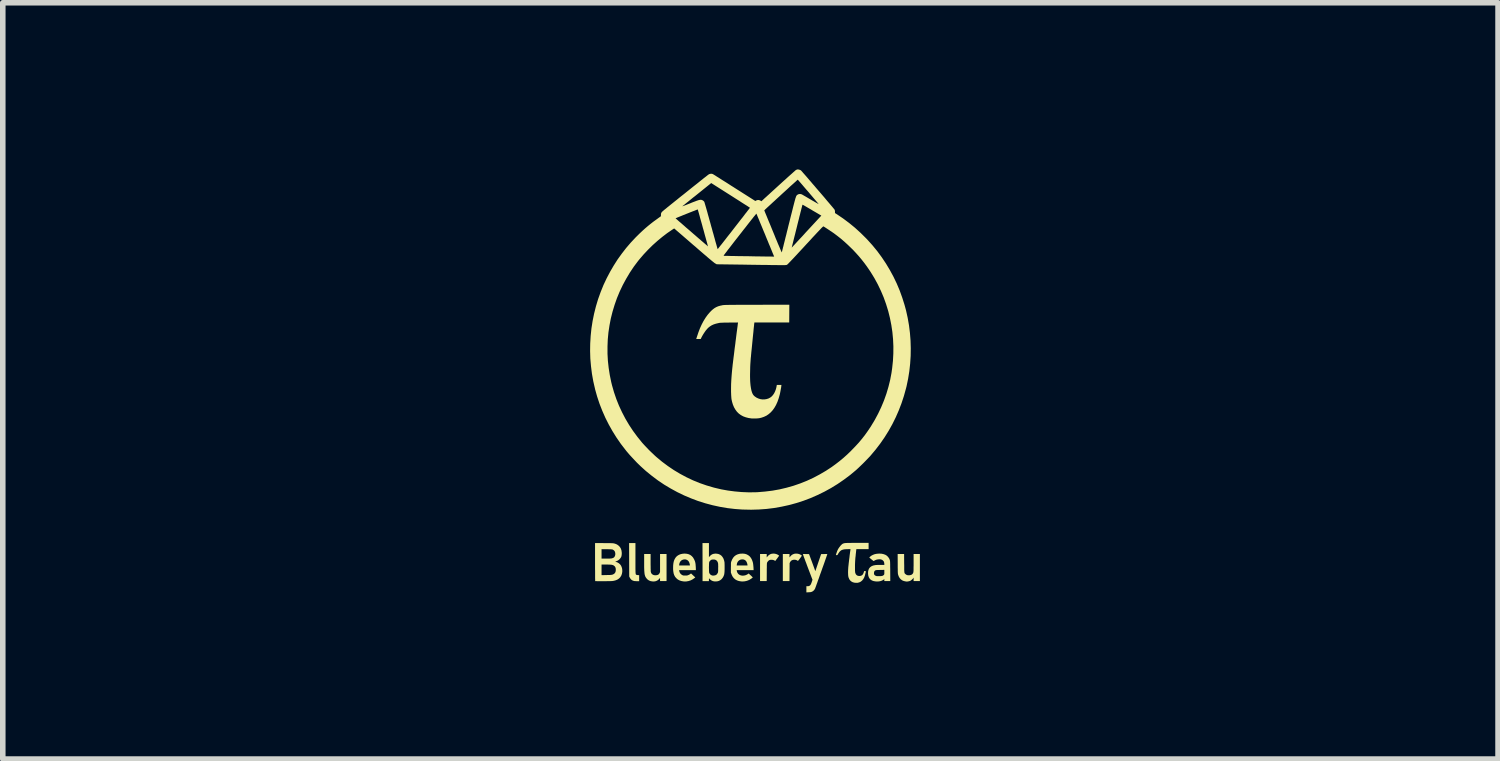
<source format=kicad_pcb>
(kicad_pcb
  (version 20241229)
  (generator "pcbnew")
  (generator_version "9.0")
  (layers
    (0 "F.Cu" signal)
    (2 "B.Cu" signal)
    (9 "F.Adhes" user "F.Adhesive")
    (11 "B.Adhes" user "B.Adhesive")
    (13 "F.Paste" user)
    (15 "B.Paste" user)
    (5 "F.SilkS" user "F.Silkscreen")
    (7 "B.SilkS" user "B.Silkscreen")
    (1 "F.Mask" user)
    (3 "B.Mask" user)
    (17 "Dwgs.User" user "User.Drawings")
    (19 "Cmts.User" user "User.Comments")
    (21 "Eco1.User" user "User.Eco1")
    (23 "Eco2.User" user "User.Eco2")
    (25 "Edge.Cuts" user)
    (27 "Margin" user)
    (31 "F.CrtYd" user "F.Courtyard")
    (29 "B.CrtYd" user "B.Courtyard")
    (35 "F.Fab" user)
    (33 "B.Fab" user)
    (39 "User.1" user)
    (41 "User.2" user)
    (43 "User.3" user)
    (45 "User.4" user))
  (footprint "blueberrytau_logo"
    (layer "F.Cu")
    (at 10.458 4.182)
    (property "Reference" "blueberrytau_logo" (at 0 0 0) (layer "User.1") (effects (font (size 1.524 1.524) (thickness 0.3))))
    (attr board_only exclude_from_pos_files exclude_from_bom)
    (fp_poly (pts (xy -2.07 2.817) (xy -2.07 2.868) (xy -2.07 2.912) (xy -2.07 2.951) (xy -2.07 2.985) (xy -2.07 3.013) (xy -2.069 3.037) (xy -2.069 3.057) (xy -2.068 3.073) (xy -2.067 3.085) (xy -2.066 3.095) (xy -2.064 3.102) (xy -2.063 3.107) (xy -2.06 3.111) (xy -2.058 3.113) (xy -2.055 3.114) (xy -2.051 3.115) (xy -2.048 3.116) (xy -2.036 3.119) (xy -2.023 3.12) (xy -2.019 3.12) (xy -2.003 3.12) (xy -2.003 3.23) (xy -2.039 3.23) (xy -2.056 3.229) (xy -2.072 3.228) (xy -2.085 3.227) (xy -2.091 3.227) (xy -2.117 3.219) (xy -2.14 3.206) (xy -2.158 3.187) (xy -2.173 3.163) (xy -2.174 3.161) (xy -2.182 3.145) (xy -2.183 2.844) (xy -2.184 2.543) (xy -2.07 2.543)) (stroke (width 0) (type solid)) (fill yes) (layer "F.SilkS"))
    (fp_poly (pts (xy 0.845 2.734) (xy 0.873 2.74) (xy 0.899 2.751) (xy 0.916 2.762) (xy 0.927 2.77) (xy 0.914 2.788) (xy 0.898 2.811) (xy 0.885 2.828) (xy 0.875 2.842) (xy 0.867 2.852) (xy 0.861 2.858) (xy 0.857 2.862) (xy 0.855 2.864) (xy 0.853 2.864) (xy 0.851 2.862) (xy 0.85 2.862) (xy 0.836 2.853) (xy 0.818 2.846) (xy 0.798 2.844) (xy 0.793 2.843) (xy 0.768 2.845) (xy 0.748 2.852) (xy 0.731 2.863) (xy 0.719 2.878) (xy 0.714 2.886) (xy 0.705 2.905) (xy 0.703 3.227) (xy 0.583 3.227) (xy 0.583 2.74) (xy 0.703 2.74) (xy 0.703 2.801) (xy 0.716 2.786) (xy 0.732 2.768) (xy 0.748 2.755) (xy 0.766 2.745) (xy 0.79 2.736) (xy 0.817 2.733)) (stroke (width 0) (type solid)) (fill yes) (layer "F.SilkS"))
    (fp_poly (pts (xy 0.437 2.734) (xy 0.465 2.741) (xy 0.491 2.752) (xy 0.506 2.762) (xy 0.517 2.77) (xy 0.509 2.781) (xy 0.505 2.788) (xy 0.497 2.798) (xy 0.487 2.812) (xy 0.477 2.826) (xy 0.474 2.829) (xy 0.463 2.844) (xy 0.455 2.855) (xy 0.45 2.861) (xy 0.446 2.864) (xy 0.443 2.864) (xy 0.441 2.862) (xy 0.426 2.853) (xy 0.408 2.847) (xy 0.387 2.844) (xy 0.365 2.844) (xy 0.349 2.847) (xy 0.335 2.853) (xy 0.321 2.865) (xy 0.309 2.879) (xy 0.302 2.89) (xy 0.3 2.894) (xy 0.299 2.898) (xy 0.298 2.902) (xy 0.297 2.909) (xy 0.296 2.917) (xy 0.296 2.928) (xy 0.295 2.942) (xy 0.295 2.96) (xy 0.295 2.983) (xy 0.294 3.011) (xy 0.294 3.044) (xy 0.294 3.066) (xy 0.293 3.227) (xy 0.173 3.227) (xy 0.173 2.74) (xy 0.293 2.74) (xy 0.293 2.802) (xy 0.304 2.788) (xy 0.322 2.768) (xy 0.341 2.754) (xy 0.355 2.745) (xy 0.381 2.736) (xy 0.408 2.733)) (stroke (width 0) (type solid)) (fill yes) (layer "F.SilkS"))
    (fp_poly (pts (xy -1.797 2.893) (xy -1.797 2.933) (xy -1.796 2.968) (xy -1.796 2.999) (xy -1.795 3.024) (xy -1.795 3.043) (xy -1.794 3.057) (xy -1.793 3.063) (xy -1.786 3.084) (xy -1.773 3.101) (xy -1.756 3.113) (xy -1.735 3.121) (xy -1.711 3.123) (xy -1.686 3.121) (xy -1.666 3.115) (xy -1.65 3.105) (xy -1.638 3.089) (xy -1.635 3.082) (xy -1.627 3.065) (xy -1.627 2.902) (xy -1.627 2.74) (xy -1.51 2.74) (xy -1.51 3.227) (xy -1.627 3.227) (xy -1.627 3.169) (xy -1.64 3.186) (xy -1.66 3.206) (xy -1.684 3.221) (xy -1.711 3.231) (xy -1.741 3.235) (xy -1.77 3.233) (xy -1.802 3.227) (xy -1.829 3.215) (xy -1.853 3.198) (xy -1.873 3.176) (xy -1.881 3.165) (xy -1.887 3.155) (xy -1.893 3.144) (xy -1.897 3.132) (xy -1.901 3.119) (xy -1.905 3.103) (xy -1.907 3.086) (xy -1.909 3.065) (xy -1.911 3.04) (xy -1.912 3.011) (xy -1.913 2.978) (xy -1.913 2.939) (xy -1.913 2.894) (xy -1.913 2.882) (xy -1.913 2.74) (xy -1.797 2.74)) (stroke (width 0) (type solid)) (fill yes) (layer "F.SilkS"))
    (fp_poly (pts (xy 0.985 2.741) (xy 0.999 2.741) (xy 1.055 2.742) (xy 1.112 2.895) (xy 1.168 3.049) (xy 1.272 2.742) (xy 1.328 2.741) (xy 1.349 2.74) (xy 1.363 2.74) (xy 1.373 2.741) (xy 1.379 2.741) (xy 1.382 2.743) (xy 1.383 2.744) (xy 1.383 2.746) (xy 1.381 2.752) (xy 1.377 2.763) (xy 1.371 2.78) (xy 1.364 2.801) (xy 1.355 2.826) (xy 1.345 2.855) (xy 1.334 2.887) (xy 1.322 2.921) (xy 1.309 2.957) (xy 1.295 2.995) (xy 1.282 3.033) (xy 1.268 3.072) (xy 1.254 3.11) (xy 1.241 3.148) (xy 1.228 3.185) (xy 1.215 3.219) (xy 1.204 3.252) (xy 1.193 3.281) (xy 1.184 3.307) (xy 1.176 3.329) (xy 1.169 3.347) (xy 1.165 3.359) (xy 1.162 3.366) (xy 1.161 3.367) (xy 1.148 3.388) (xy 1.13 3.405) (xy 1.11 3.418) (xy 1.104 3.42) (xy 1.092 3.424) (xy 1.078 3.427) (xy 1.061 3.428) (xy 1.046 3.429) (xy 1.007 3.431) (xy 1.007 3.32) (xy 1.024 3.32) (xy 1.043 3.319) (xy 1.057 3.315) (xy 1.07 3.308) (xy 1.08 3.297) (xy 1.089 3.282) (xy 1.098 3.26) (xy 1.103 3.246) (xy 1.117 3.204) (xy 1.031 2.978) (xy 1.017 2.941) (xy 1.004 2.905) (xy 0.991 2.872) (xy 0.98 2.842) (xy 0.97 2.815) (xy 0.961 2.791) (xy 0.954 2.772) (xy 0.949 2.758) (xy 0.945 2.749) (xy 0.944 2.746) (xy 0.944 2.744) (xy 0.945 2.742) (xy 0.949 2.741) (xy 0.957 2.741) (xy 0.968 2.74)) (stroke (width 0) (type solid)) (fill yes) (layer "F.SilkS"))
    (fp_poly (pts (xy 2.767 2.906) (xy 2.768 2.945) (xy 2.768 2.977) (xy 2.768 3.004) (xy 2.768 3.026) (xy 2.769 3.044) (xy 2.77 3.058) (xy 2.771 3.07) (xy 2.773 3.078) (xy 2.775 3.085) (xy 2.778 3.09) (xy 2.782 3.094) (xy 2.786 3.098) (xy 2.791 3.103) (xy 2.793 3.104) (xy 2.807 3.114) (xy 2.824 3.121) (xy 2.844 3.123) (xy 2.86 3.123) (xy 2.879 3.12) (xy 2.894 3.116) (xy 2.907 3.108) (xy 2.916 3.1) (xy 2.92 3.095) (xy 2.924 3.09) (xy 2.927 3.085) (xy 2.93 3.078) (xy 2.932 3.07) (xy 2.934 3.059) (xy 2.935 3.045) (xy 2.936 3.027) (xy 2.936 3.006) (xy 2.936 2.98) (xy 2.937 2.948) (xy 2.937 2.911) (xy 2.937 2.898) (xy 2.937 2.74) (xy 3.05 2.74) (xy 3.05 3.227) (xy 2.937 3.227) (xy 2.937 3.196) (xy 2.937 3.165) (xy 2.93 3.175) (xy 2.921 3.187) (xy 2.908 3.2) (xy 2.894 3.212) (xy 2.88 3.221) (xy 2.875 3.224) (xy 2.866 3.227) (xy 2.854 3.23) (xy 2.84 3.233) (xy 2.827 3.235) (xy 2.818 3.236) (xy 2.813 3.236) (xy 2.809 3.236) (xy 2.801 3.235) (xy 2.79 3.233) (xy 2.759 3.226) (xy 2.731 3.214) (xy 2.707 3.196) (xy 2.686 3.173) (xy 2.67 3.145) (xy 2.659 3.115) (xy 2.658 3.109) (xy 2.656 3.103) (xy 2.655 3.096) (xy 2.654 3.089) (xy 2.653 3.079) (xy 2.653 3.068) (xy 2.652 3.053) (xy 2.652 3.035) (xy 2.652 3.013) (xy 2.651 2.985) (xy 2.651 2.953) (xy 2.651 2.914) (xy 2.65 2.74) (xy 2.766 2.74)) (stroke (width 0) (type solid)) (fill yes) (layer "F.SilkS"))
    (fp_poly (pts (xy -1.145 2.736) (xy -1.112 2.744) (xy -1.082 2.758) (xy -1.057 2.777) (xy -1.034 2.802) (xy -1.016 2.833) (xy -1.015 2.834) (xy -1.005 2.856) (xy -0.997 2.877) (xy -0.992 2.898) (xy -0.988 2.921) (xy -0.986 2.947) (xy -0.984 2.974) (xy -0.982 3.03) (xy -1.284 3.03) (xy -1.282 3.044) (xy -1.275 3.069) (xy -1.262 3.091) (xy -1.244 3.109) (xy -1.224 3.121) (xy -1.215 3.125) (xy -1.206 3.127) (xy -1.194 3.128) (xy -1.179 3.128) (xy -1.173 3.128) (xy -1.156 3.128) (xy -1.144 3.127) (xy -1.133 3.125) (xy -1.123 3.121) (xy -1.117 3.119) (xy -1.104 3.113) (xy -1.091 3.106) (xy -1.083 3.1) (xy -1.069 3.09) (xy -1.031 3.126) (xy -0.993 3.161) (xy -1.002 3.169) (xy -1.037 3.194) (xy -1.074 3.214) (xy -1.114 3.227) (xy -1.155 3.234) (xy -1.197 3.234) (xy -1.208 3.233) (xy -1.246 3.226) (xy -1.28 3.214) (xy -1.31 3.197) (xy -1.335 3.175) (xy -1.357 3.149) (xy -1.373 3.118) (xy -1.384 3.084) (xy -1.384 3.08) (xy -1.389 3.05) (xy -1.392 3.017) (xy -1.392 2.983) (xy -1.391 2.949) (xy -1.391 2.947) (xy -1.284 2.947) (xy -1.089 2.947) (xy -1.091 2.93) (xy -1.098 2.902) (xy -1.108 2.879) (xy -1.123 2.86) (xy -1.141 2.847) (xy -1.162 2.839) (xy -1.182 2.837) (xy -1.208 2.84) (xy -1.231 2.848) (xy -1.251 2.862) (xy -1.266 2.881) (xy -1.277 2.904) (xy -1.282 2.928) (xy -1.284 2.947) (xy -1.391 2.947) (xy -1.388 2.916) (xy -1.383 2.887) (xy -1.377 2.864) (xy -1.364 2.832) (xy -1.348 2.806) (xy -1.329 2.784) (xy -1.306 2.766) (xy -1.28 2.752) (xy -1.253 2.742) (xy -1.224 2.736) (xy -1.192 2.733) (xy -1.182 2.733)) (stroke (width 0) (type solid)) (fill yes) (layer "F.SilkS"))
    (fp_poly (pts (xy -0.099 2.737) (xy -0.067 2.747) (xy -0.038 2.763) (xy -0.012 2.784) (xy 0.009 2.811) (xy 0.027 2.844) (xy 0.039 2.877) (xy 0.045 2.898) (xy 0.049 2.922) (xy 0.052 2.951) (xy 0.055 2.985) (xy 0.055 2.989) (xy 0.057 3.03) (xy -0.248 3.03) (xy -0.245 3.044) (xy -0.243 3.055) (xy -0.238 3.069) (xy -0.236 3.074) (xy -0.224 3.093) (xy -0.208 3.108) (xy -0.188 3.12) (xy -0.165 3.127) (xy -0.14 3.13) (xy -0.114 3.128) (xy -0.088 3.122) (xy -0.063 3.111) (xy -0.051 3.104) (xy -0.032 3.091) (xy 0.004 3.124) (xy 0.017 3.136) (xy 0.028 3.147) (xy 0.036 3.155) (xy 0.041 3.159) (xy 0.042 3.16) (xy 0.04 3.163) (xy 0.034 3.169) (xy 0.024 3.177) (xy 0.012 3.186) (xy -0.001 3.194) (xy -0.014 3.202) (xy -0.025 3.208) (xy -0.064 3.223) (xy -0.104 3.232) (xy -0.146 3.235) (xy -0.171 3.233) (xy -0.21 3.226) (xy -0.244 3.214) (xy -0.274 3.197) (xy -0.299 3.175) (xy -0.32 3.148) (xy -0.337 3.115) (xy -0.341 3.103) (xy -0.352 3.075) (xy -0.352 2.985) (xy -0.351 2.958) (xy -0.351 2.947) (xy -0.248 2.947) (xy -0.053 2.947) (xy -0.053 2.939) (xy -0.055 2.926) (xy -0.059 2.909) (xy -0.065 2.893) (xy -0.071 2.879) (xy -0.071 2.879) (xy -0.085 2.86) (xy -0.102 2.847) (xy -0.123 2.839) (xy -0.148 2.837) (xy -0.173 2.84) (xy -0.195 2.849) (xy -0.214 2.863) (xy -0.229 2.881) (xy -0.24 2.904) (xy -0.245 2.929) (xy -0.248 2.947) (xy -0.351 2.947) (xy -0.351 2.937) (xy -0.351 2.921) (xy -0.351 2.908) (xy -0.35 2.898) (xy -0.349 2.89) (xy -0.347 2.883) (xy -0.345 2.876) (xy -0.342 2.868) (xy -0.327 2.833) (xy -0.308 2.803) (xy -0.285 2.778) (xy -0.258 2.759) (xy -0.227 2.745) (xy -0.192 2.736) (xy -0.174 2.734) (xy -0.135 2.733)) (stroke (width 0) (type solid)) (fill yes) (layer "F.SilkS"))
    (fp_poly (pts (xy -0.747 2.798) (xy -0.736 2.784) (xy -0.714 2.762) (xy -0.69 2.746) (xy -0.663 2.737) (xy -0.632 2.733) (xy -0.608 2.734) (xy -0.576 2.74) (xy -0.548 2.752) (xy -0.524 2.769) (xy -0.504 2.792) (xy -0.487 2.82) (xy -0.475 2.853) (xy -0.471 2.87) (xy -0.469 2.879) (xy -0.467 2.89) (xy -0.466 2.903) (xy -0.466 2.919) (xy -0.465 2.94) (xy -0.465 2.966) (xy -0.465 2.983) (xy -0.465 3.016) (xy -0.466 3.043) (xy -0.467 3.065) (xy -0.469 3.084) (xy -0.471 3.1) (xy -0.474 3.114) (xy -0.479 3.127) (xy -0.484 3.141) (xy -0.485 3.142) (xy -0.5 3.169) (xy -0.52 3.193) (xy -0.543 3.211) (xy -0.568 3.224) (xy -0.571 3.225) (xy -0.588 3.23) (xy -0.609 3.233) (xy -0.632 3.234) (xy -0.653 3.233) (xy -0.653 3.233) (xy -0.679 3.227) (xy -0.704 3.215) (xy -0.725 3.199) (xy -0.731 3.193) (xy -0.746 3.176) (xy -0.748 3.228) (xy -0.862 3.228) (xy -0.862 2.97) (xy -0.747 2.97) (xy -0.747 2.993) (xy -0.746 3.016) (xy -0.746 3.037) (xy -0.745 3.054) (xy -0.744 3.068) (xy -0.743 3.076) (xy -0.743 3.077) (xy -0.734 3.095) (xy -0.72 3.111) (xy -0.702 3.122) (xy -0.688 3.127) (xy -0.675 3.129) (xy -0.658 3.128) (xy -0.641 3.125) (xy -0.627 3.121) (xy -0.625 3.12) (xy -0.611 3.112) (xy -0.599 3.098) (xy -0.588 3.08) (xy -0.586 3.075) (xy -0.584 3.07) (xy -0.583 3.062) (xy -0.582 3.051) (xy -0.581 3.036) (xy -0.581 3.016) (xy -0.581 2.996) (xy -0.58 2.966) (xy -0.581 2.943) (xy -0.581 2.923) (xy -0.583 2.908) (xy -0.586 2.896) (xy -0.59 2.885) (xy -0.595 2.876) (xy -0.598 2.871) (xy -0.611 2.856) (xy -0.627 2.846) (xy -0.647 2.84) (xy -0.666 2.839) (xy -0.685 2.84) (xy -0.699 2.843) (xy -0.704 2.844) (xy -0.717 2.853) (xy -0.729 2.865) (xy -0.739 2.878) (xy -0.743 2.889) (xy -0.744 2.897) (xy -0.745 2.91) (xy -0.746 2.928) (xy -0.746 2.948) (xy -0.747 2.97) (xy -0.862 2.97) (xy -0.863 2.543) (xy -0.747 2.543)) (stroke (width 0) (type solid)) (fill yes) (layer "F.SilkS"))
    (fp_poly (pts (xy 2.362 2.735) (xy 2.398 2.743) (xy 2.43 2.755) (xy 2.457 2.772) (xy 2.479 2.795) (xy 2.497 2.821) (xy 2.509 2.849) (xy 2.51 2.853) (xy 2.511 2.858) (xy 2.512 2.865) (xy 2.513 2.875) (xy 2.514 2.886) (xy 2.514 2.902) (xy 2.515 2.921) (xy 2.515 2.944) (xy 2.515 2.973) (xy 2.516 3.007) (xy 2.516 3.046) (xy 2.517 3.227) (xy 2.41 3.227) (xy 2.41 3.19) (xy 2.402 3.198) (xy 2.383 3.211) (xy 2.359 3.222) (xy 2.332 3.23) (xy 2.302 3.234) (xy 2.271 3.235) (xy 2.249 3.233) (xy 2.215 3.227) (xy 2.186 3.216) (xy 2.163 3.201) (xy 2.144 3.181) (xy 2.13 3.157) (xy 2.121 3.128) (xy 2.117 3.095) (xy 2.117 3.082) (xy 2.117 3.079) (xy 2.224 3.079) (xy 2.224 3.097) (xy 2.229 3.112) (xy 2.239 3.123) (xy 2.254 3.132) (xy 2.263 3.135) (xy 2.273 3.138) (xy 2.288 3.139) (xy 2.307 3.139) (xy 2.326 3.139) (xy 2.345 3.138) (xy 2.362 3.136) (xy 2.375 3.133) (xy 2.379 3.132) (xy 2.39 3.126) (xy 2.4 3.118) (xy 2.402 3.116) (xy 2.405 3.111) (xy 2.408 3.107) (xy 2.409 3.1) (xy 2.41 3.091) (xy 2.41 3.077) (xy 2.41 3.066) (xy 2.41 3.026) (xy 2.336 3.027) (xy 2.311 3.028) (xy 2.291 3.028) (xy 2.277 3.029) (xy 2.266 3.03) (xy 2.259 3.031) (xy 2.253 3.033) (xy 2.25 3.034) (xy 2.237 3.043) (xy 2.229 3.055) (xy 2.225 3.071) (xy 2.224 3.079) (xy 2.117 3.079) (xy 2.119 3.049) (xy 2.127 3.02) (xy 2.139 2.996) (xy 2.157 2.976) (xy 2.18 2.96) (xy 2.208 2.948) (xy 2.242 2.941) (xy 2.245 2.94) (xy 2.256 2.939) (xy 2.271 2.938) (xy 2.291 2.937) (xy 2.313 2.937) (xy 2.336 2.937) (xy 2.339 2.937) (xy 2.41 2.937) (xy 2.41 2.919) (xy 2.407 2.895) (xy 2.4 2.874) (xy 2.387 2.858) (xy 2.369 2.845) (xy 2.367 2.844) (xy 2.346 2.837) (xy 2.322 2.835) (xy 2.296 2.837) (xy 2.269 2.842) (xy 2.244 2.852) (xy 2.232 2.859) (xy 2.223 2.863) (xy 2.217 2.866) (xy 2.216 2.867) (xy 2.213 2.865) (xy 2.206 2.859) (xy 2.196 2.851) (xy 2.185 2.842) (xy 2.172 2.832) (xy 2.16 2.822) (xy 2.15 2.813) (xy 2.142 2.806) (xy 2.14 2.805) (xy 2.141 2.801) (xy 2.146 2.795) (xy 2.155 2.788) (xy 2.165 2.779) (xy 2.175 2.772) (xy 2.176 2.771) (xy 2.206 2.755) (xy 2.238 2.743) (xy 2.274 2.736) (xy 2.315 2.733) (xy 2.322 2.733)) (stroke (width 0) (type solid)) (fill yes) (layer "F.SilkS"))
    (fp_poly (pts (xy 2.127 2.653) (xy 1.907 2.653) (xy 1.905 2.664) (xy 1.904 2.67) (xy 1.903 2.682) (xy 1.901 2.698) (xy 1.899 2.719) (xy 1.896 2.742) (xy 1.894 2.767) (xy 1.893 2.777) (xy 1.889 2.809) (xy 1.887 2.837) (xy 1.885 2.862) (xy 1.884 2.885) (xy 1.883 2.908) (xy 1.882 2.933) (xy 1.882 2.961) (xy 1.882 2.97) (xy 1.882 2.998) (xy 1.882 3.02) (xy 1.882 3.037) (xy 1.883 3.051) (xy 1.884 3.061) (xy 1.885 3.07) (xy 1.886 3.077) (xy 1.888 3.083) (xy 1.897 3.104) (xy 1.91 3.119) (xy 1.927 3.13) (xy 1.949 3.135) (xy 1.953 3.136) (xy 1.977 3.135) (xy 1.997 3.129) (xy 2.015 3.117) (xy 2.028 3.099) (xy 2.038 3.076) (xy 2.041 3.066) (xy 2.046 3.048) (xy 2.061 3.047) (xy 2.069 3.047) (xy 2.073 3.048) (xy 2.076 3.05) (xy 2.076 3.056) (xy 2.075 3.067) (xy 2.072 3.082) (xy 2.071 3.083) (xy 2.061 3.125) (xy 2.048 3.162) (xy 2.031 3.192) (xy 2.011 3.217) (xy 1.987 3.237) (xy 1.961 3.25) (xy 1.931 3.258) (xy 1.899 3.259) (xy 1.87 3.256) (xy 1.841 3.248) (xy 1.817 3.235) (xy 1.796 3.217) (xy 1.779 3.193) (xy 1.767 3.164) (xy 1.766 3.162) (xy 1.762 3.146) (xy 1.759 3.123) (xy 1.758 3.097) (xy 1.757 3.067) (xy 1.758 3.034) (xy 1.76 3.001) (xy 1.76 2.998) (xy 1.761 2.983) (xy 1.763 2.962) (xy 1.766 2.936) (xy 1.769 2.906) (xy 1.773 2.874) (xy 1.777 2.838) (xy 1.782 2.802) (xy 1.786 2.764) (xy 1.791 2.727) (xy 1.796 2.691) (xy 1.799 2.671) (xy 1.801 2.653) (xy 1.753 2.653) (xy 1.724 2.654) (xy 1.7 2.655) (xy 1.68 2.658) (xy 1.663 2.662) (xy 1.648 2.667) (xy 1.641 2.67) (xy 1.621 2.683) (xy 1.603 2.701) (xy 1.586 2.725) (xy 1.578 2.737) (xy 1.572 2.749) (xy 1.567 2.756) (xy 1.563 2.759) (xy 1.558 2.76) (xy 1.554 2.76) (xy 1.545 2.76) (xy 1.54 2.758) (xy 1.539 2.758) (xy 1.539 2.754) (xy 1.542 2.746) (xy 1.545 2.733) (xy 1.55 2.719) (xy 1.556 2.703) (xy 1.561 2.688) (xy 1.567 2.675) (xy 1.568 2.672) (xy 1.579 2.65) (xy 1.593 2.628) (xy 1.609 2.607) (xy 1.625 2.587) (xy 1.641 2.571) (xy 1.655 2.559) (xy 1.661 2.556) (xy 1.668 2.553) (xy 1.674 2.55) (xy 1.681 2.548) (xy 1.689 2.546) (xy 1.699 2.544) (xy 1.711 2.543) (xy 1.726 2.542) (xy 1.744 2.541) (xy 1.766 2.541) (xy 1.793 2.541) (xy 1.824 2.54) (xy 1.86 2.54) (xy 1.902 2.54) (xy 1.923 2.54) (xy 2.127 2.54)) (stroke (width 0) (type solid)) (fill yes) (layer "F.SilkS"))
    (fp_poly (pts (xy -2.632 2.544) (xy -2.595 2.544) (xy -2.564 2.545) (xy -2.538 2.545) (xy -2.516 2.545) (xy -2.499 2.546) (xy -2.486 2.546) (xy -2.475 2.547) (xy -2.466 2.548) (xy -2.459 2.549) (xy -2.453 2.55) (xy -2.448 2.552) (xy -2.444 2.553) (xy -2.419 2.561) (xy -2.399 2.571) (xy -2.381 2.584) (xy -2.367 2.595) (xy -2.347 2.618) (xy -2.332 2.644) (xy -2.322 2.674) (xy -2.317 2.709) (xy -2.316 2.729) (xy -2.318 2.757) (xy -2.322 2.781) (xy -2.331 2.801) (xy -2.344 2.82) (xy -2.355 2.833) (xy -2.376 2.851) (xy -2.403 2.866) (xy -2.422 2.873) (xy -2.435 2.878) (xy -2.42 2.882) (xy -2.393 2.892) (xy -2.368 2.907) (xy -2.346 2.927) (xy -2.329 2.95) (xy -2.324 2.961) (xy -2.312 2.993) (xy -2.307 3.027) (xy -2.307 3.061) (xy -2.313 3.094) (xy -2.323 3.125) (xy -2.34 3.153) (xy -2.342 3.157) (xy -2.363 3.179) (xy -2.39 3.198) (xy -2.421 3.212) (xy -2.457 3.222) (xy -2.49 3.227) (xy -2.501 3.227) (xy -2.517 3.228) (xy -2.537 3.228) (xy -2.56 3.229) (xy -2.586 3.229) (xy -2.613 3.23) (xy -2.641 3.23) (xy -2.669 3.23) (xy -2.696 3.23) (xy -2.721 3.23) (xy -2.744 3.23) (xy -2.763 3.229) (xy -2.779 3.229) (xy -2.789 3.229) (xy -2.794 3.228) (xy -2.794 3.228) (xy -2.795 3.224) (xy -2.795 3.214) (xy -2.795 3.199) (xy -2.796 3.178) (xy -2.796 3.152) (xy -2.796 3.122) (xy -2.796 3.088) (xy -2.796 3.05) (xy -2.797 3.009) (xy -2.797 2.965) (xy -2.797 2.93) (xy -2.68 2.93) (xy -2.68 3.121) (xy -2.591 3.119) (xy -2.561 3.118) (xy -2.538 3.118) (xy -2.52 3.117) (xy -2.506 3.116) (xy -2.495 3.114) (xy -2.487 3.113) (xy -2.485 3.112) (xy -2.462 3.102) (xy -2.445 3.089) (xy -2.433 3.072) (xy -2.426 3.051) (xy -2.424 3.032) (xy -2.424 3.009) (xy -2.428 2.989) (xy -2.435 2.973) (xy -2.442 2.963) (xy -2.451 2.955) (xy -2.46 2.948) (xy -2.47 2.942) (xy -2.482 2.938) (xy -2.497 2.934) (xy -2.516 2.932) (xy -2.54 2.931) (xy -2.568 2.93) (xy -2.601 2.93) (xy -2.68 2.93) (xy -2.797 2.93) (xy -2.797 2.92) (xy -2.797 2.884) (xy -2.797 2.653) (xy -2.68 2.653) (xy -2.68 2.823) (xy -2.596 2.823) (xy -2.567 2.823) (xy -2.544 2.823) (xy -2.526 2.822) (xy -2.512 2.821) (xy -2.501 2.82) (xy -2.492 2.818) (xy -2.492 2.818) (xy -2.469 2.81) (xy -2.452 2.797) (xy -2.441 2.78) (xy -2.434 2.758) (xy -2.432 2.739) (xy -2.435 2.714) (xy -2.442 2.693) (xy -2.455 2.676) (xy -2.474 2.663) (xy -2.478 2.661) (xy -2.483 2.659) (xy -2.489 2.658) (xy -2.496 2.657) (xy -2.507 2.656) (xy -2.521 2.655) (xy -2.539 2.655) (xy -2.562 2.654) (xy -2.586 2.654) (xy -2.68 2.653) (xy -2.797 2.653) (xy -2.797 2.543)) (stroke (width 0) (type solid)) (fill yes) (layer "F.SilkS"))
    (fp_poly (pts (xy 0.699 -1.588) (xy 0.698 -1.428) (xy 0.384 -1.427) (xy 0.071 -1.427) (xy 0.069 -1.411) (xy 0.068 -1.404) (xy 0.066 -1.391) (xy 0.065 -1.373) (xy 0.062 -1.349) (xy 0.059 -1.322) (xy 0.056 -1.291) (xy 0.053 -1.256) (xy 0.049 -1.219) (xy 0.045 -1.18) (xy 0.041 -1.14) (xy 0.037 -1.099) (xy 0.033 -1.058) (xy 0.029 -1.017) (xy 0.025 -0.977) (xy 0.021 -0.938) (xy 0.017 -0.902) (xy 0.014 -0.868) (xy 0.011 -0.838) (xy 0.009 -0.811) (xy 0.006 -0.789) (xy 0.005 -0.772) (xy 0.004 -0.761) (xy 0.004 -0.758) (xy 0.001 -0.719) (xy -0.002 -0.676) (xy -0.004 -0.63) (xy -0.005 -0.584) (xy -0.006 -0.538) (xy -0.007 -0.493) (xy -0.007 -0.45) (xy -0.006 -0.411) (xy -0.005 -0.376) (xy -0.003 -0.346) (xy -0.003 -0.345) (xy 0.002 -0.292) (xy 0.009 -0.246) (xy 0.017 -0.206) (xy 0.027 -0.172) (xy 0.038 -0.145) (xy 0.048 -0.128) (xy 0.056 -0.117) (xy 0.067 -0.106) (xy 0.078 -0.096) (xy 0.11 -0.074) (xy 0.145 -0.058) (xy 0.181 -0.047) (xy 0.219 -0.042) (xy 0.256 -0.043) (xy 0.293 -0.049) (xy 0.329 -0.061) (xy 0.361 -0.079) (xy 0.386 -0.099) (xy 0.408 -0.125) (xy 0.428 -0.155) (xy 0.445 -0.19) (xy 0.459 -0.228) (xy 0.469 -0.269) (xy 0.47 -0.278) (xy 0.475 -0.303) (xy 0.557 -0.303) (xy 0.557 -0.294) (xy 0.556 -0.285) (xy 0.554 -0.272) (xy 0.552 -0.254) (xy 0.548 -0.234) (xy 0.544 -0.212) (xy 0.54 -0.19) (xy 0.536 -0.169) (xy 0.532 -0.15) (xy 0.529 -0.134) (xy 0.528 -0.132) (xy 0.509 -0.064) (xy 0.487 -0.001) (xy 0.462 0.055) (xy 0.433 0.106) (xy 0.402 0.15) (xy 0.367 0.189) (xy 0.329 0.222) (xy 0.288 0.25) (xy 0.243 0.271) (xy 0.196 0.287) (xy 0.161 0.295) (xy 0.138 0.298) (xy 0.111 0.3) (xy 0.083 0.301) (xy 0.054 0.301) (xy 0.029 0.301) (xy 0.02 0.3) (xy -0.035 0.292) (xy -0.085 0.279) (xy -0.131 0.262) (xy -0.173 0.239) (xy -0.21 0.212) (xy -0.243 0.179) (xy -0.271 0.141) (xy -0.296 0.098) (xy -0.316 0.05) (xy -0.33 0.003) (xy -0.335 -0.019) (xy -0.34 -0.041) (xy -0.343 -0.064) (xy -0.345 -0.091) (xy -0.347 -0.121) (xy -0.348 -0.156) (xy -0.349 -0.176) (xy -0.349 -0.244) (xy -0.348 -0.318) (xy -0.344 -0.396) (xy -0.338 -0.48) (xy -0.33 -0.57) (xy -0.321 -0.653) (xy -0.32 -0.665) (xy -0.318 -0.682) (xy -0.315 -0.704) (xy -0.312 -0.731) (xy -0.308 -0.762) (xy -0.304 -0.797) (xy -0.299 -0.834) (xy -0.294 -0.874) (xy -0.289 -0.916) (xy -0.284 -0.959) (xy -0.278 -1.003) (xy -0.272 -1.048) (xy -0.267 -1.092) (xy -0.261 -1.136) (xy -0.256 -1.178) (xy -0.251 -1.218) (xy -0.246 -1.257) (xy -0.241 -1.292) (xy -0.237 -1.324) (xy -0.233 -1.352) (xy -0.23 -1.376) (xy -0.228 -1.395) (xy -0.226 -1.408) (xy -0.225 -1.416) (xy -0.225 -1.416) (xy -0.223 -1.427) (xy -0.379 -1.426) (xy -0.416 -1.425) (xy -0.447 -1.425) (xy -0.473 -1.425) (xy -0.494 -1.424) (xy -0.512 -1.423) (xy -0.527 -1.423) (xy -0.539 -1.422) (xy -0.549 -1.421) (xy -0.559 -1.42) (xy -0.568 -1.418) (xy -0.573 -1.417) (xy -0.62 -1.406) (xy -0.661 -1.393) (xy -0.698 -1.376) (xy -0.731 -1.355) (xy -0.762 -1.33) (xy -0.765 -1.327) (xy -0.782 -1.308) (xy -0.802 -1.285) (xy -0.822 -1.257) (xy -0.842 -1.227) (xy -0.861 -1.196) (xy -0.878 -1.165) (xy -0.884 -1.153) (xy -0.895 -1.13) (xy -0.976 -1.13) (xy -0.964 -1.167) (xy -0.937 -1.248) (xy -0.909 -1.322) (xy -0.878 -1.39) (xy -0.845 -1.453) (xy -0.81 -1.51) (xy -0.772 -1.563) (xy -0.731 -1.611) (xy -0.707 -1.636) (xy -0.677 -1.663) (xy -0.648 -1.685) (xy -0.617 -1.703) (xy -0.583 -1.718) (xy -0.545 -1.729) (xy -0.502 -1.738) (xy -0.5 -1.739) (xy -0.495 -1.74) (xy -0.49 -1.74) (xy -0.484 -1.741) (xy -0.476 -1.741) (xy -0.467 -1.742) (xy -0.456 -1.742) (xy -0.443 -1.743) (xy -0.427 -1.743) (xy -0.408 -1.743) (xy -0.386 -1.744) (xy -0.36 -1.744) (xy -0.331 -1.744) (xy -0.298 -1.744) (xy -0.26 -1.745) (xy -0.218 -1.745) (xy -0.17 -1.745) (xy -0.117 -1.745) (xy -0.059 -1.745) (xy 0.005 -1.745) (xy 0.075 -1.746) (xy 0.116 -1.746) (xy 0.7 -1.747)) (stroke (width 0) (type solid)) (fill yes) (layer "F.SilkS"))
    (fp_poly (pts (xy 0.878 -4.178) (xy 0.895 -4.172) (xy 0.909 -4.165) (xy 0.913 -4.161) (xy 0.92 -4.153) (xy 0.932 -4.14) (xy 0.946 -4.123) (xy 0.964 -4.103) (xy 0.985 -4.079) (xy 1.008 -4.053) (xy 1.033 -4.024) (xy 1.06 -3.992) (xy 1.089 -3.959) (xy 1.118 -3.924) (xy 1.149 -3.889) (xy 1.18 -3.852) (xy 1.212 -3.815) (xy 1.244 -3.778) (xy 1.275 -3.742) (xy 1.306 -3.706) (xy 1.336 -3.671) (xy 1.364 -3.637) (xy 1.391 -3.605) (xy 1.416 -3.576) (xy 1.439 -3.549) (xy 1.46 -3.524) (xy 1.478 -3.503) (xy 1.492 -3.485) (xy 1.504 -3.472) (xy 1.511 -3.462) (xy 1.515 -3.458) (xy 1.515 -3.457) (xy 1.519 -3.446) (xy 1.521 -3.431) (xy 1.522 -3.421) (xy 1.522 -3.397) (xy 1.561 -3.372) (xy 1.67 -3.298) (xy 1.777 -3.218) (xy 1.882 -3.132) (xy 1.983 -3.04) (xy 2.081 -2.943) (xy 2.105 -2.918) (xy 2.196 -2.817) (xy 2.283 -2.711) (xy 2.364 -2.601) (xy 2.44 -2.487) (xy 2.51 -2.37) (xy 2.575 -2.25) (xy 2.634 -2.127) (xy 2.687 -2.001) (xy 2.733 -1.873) (xy 2.774 -1.743) (xy 2.8 -1.648) (xy 2.83 -1.513) (xy 2.854 -1.376) (xy 2.871 -1.239) (xy 2.882 -1.101) (xy 2.886 -0.963) (xy 2.884 -0.825) (xy 2.875 -0.688) (xy 2.86 -0.551) (xy 2.838 -0.414) (xy 2.81 -0.279) (xy 2.8 -0.24) (xy 2.763 -0.106) (xy 2.72 0.025) (xy 2.671 0.153) (xy 2.616 0.279) (xy 2.555 0.402) (xy 2.488 0.522) (xy 2.415 0.639) (xy 2.336 0.753) (xy 2.251 0.864) (xy 2.171 0.959) (xy 2.154 0.979) (xy 2.132 1.002) (xy 2.107 1.028) (xy 2.08 1.056) (xy 2.052 1.085) (xy 2.023 1.114) (xy 1.994 1.142) (xy 1.966 1.169) (xy 1.941 1.193) (xy 1.918 1.214) (xy 1.903 1.228) (xy 1.795 1.318) (xy 1.684 1.401) (xy 1.569 1.48) (xy 1.452 1.552) (xy 1.332 1.618) (xy 1.209 1.678) (xy 1.084 1.733) (xy 0.957 1.781) (xy 0.827 1.823) (xy 0.695 1.859) (xy 0.562 1.888) (xy 0.427 1.912) (xy 0.29 1.929) (xy 0.152 1.939) (xy 0.013 1.943) (xy -0.127 1.94) (xy -0.142 1.94) (xy -0.278 1.93) (xy -0.414 1.914) (xy -0.549 1.891) (xy -0.682 1.862) (xy -0.813 1.827) (xy -0.943 1.786) (xy -1.07 1.738) (xy -1.195 1.685) (xy -1.317 1.626) (xy -1.436 1.561) (xy -1.553 1.491) (xy -1.666 1.415) (xy -1.775 1.333) (xy -1.881 1.247) (xy -1.975 1.162) (xy -2.044 1.095) (xy -2.11 1.025) (xy -2.174 0.956) (xy -2.233 0.887) (xy -2.246 0.87) (xy -2.331 0.76) (xy -2.41 0.646) (xy -2.483 0.529) (xy -2.55 0.41) (xy -2.612 0.287) (xy -2.667 0.162) (xy -2.717 0.034) (xy -2.76 -0.096) (xy -2.797 -0.228) (xy -2.798 -0.234) (xy -2.829 -0.369) (xy -2.853 -0.504) (xy -2.87 -0.641) (xy -2.882 -0.777) (xy -2.886 -0.913) (xy -2.885 -0.994) (xy -2.573 -0.994) (xy -2.573 -0.866) (xy -2.566 -0.738) (xy -2.552 -0.61) (xy -2.532 -0.482) (xy -2.506 -0.355) (xy -2.492 -0.298) (xy -2.456 -0.172) (xy -2.414 -0.049) (xy -2.366 0.071) (xy -2.311 0.189) (xy -2.251 0.304) (xy -2.185 0.416) (xy -2.113 0.525) (xy -2.034 0.632) (xy -1.95 0.736) (xy -1.941 0.746) (xy -1.921 0.768) (xy -1.897 0.794) (xy -1.87 0.822) (xy -1.842 0.852) (xy -1.812 0.882) (xy -1.782 0.911) (xy -1.752 0.939) (xy -1.725 0.965) (xy -1.701 0.987) (xy -1.693 0.994) (xy -1.592 1.078) (xy -1.486 1.157) (xy -1.378 1.23) (xy -1.266 1.297) (xy -1.152 1.358) (xy -1.034 1.414) (xy -0.914 1.463) (xy -0.79 1.506) (xy -0.664 1.543) (xy -0.645 1.548) (xy -0.527 1.576) (xy -0.405 1.598) (xy -0.282 1.614) (xy -0.158 1.625) (xy -0.035 1.63) (xy 0.088 1.629) (xy 0.132 1.627) (xy 0.264 1.616) (xy 0.394 1.6) (xy 0.523 1.577) (xy 0.65 1.547) (xy 0.774 1.512) (xy 0.896 1.47) (xy 1.016 1.422) (xy 1.133 1.368) (xy 1.248 1.307) (xy 1.361 1.241) (xy 1.382 1.227) (xy 1.46 1.176) (xy 1.533 1.123) (xy 1.603 1.069) (xy 1.672 1.012) (xy 1.739 0.952) (xy 1.808 0.886) (xy 1.818 0.875) (xy 1.885 0.806) (xy 1.947 0.739) (xy 2.004 0.671) (xy 2.059 0.601) (xy 2.111 0.528) (xy 2.163 0.451) (xy 2.171 0.438) (xy 2.238 0.327) (xy 2.299 0.213) (xy 2.354 0.097) (xy 2.404 -0.023) (xy 2.447 -0.144) (xy 2.484 -0.268) (xy 2.515 -0.393) (xy 2.539 -0.52) (xy 2.551 -0.605) (xy 2.565 -0.736) (xy 2.572 -0.867) (xy 2.573 -0.997) (xy 2.567 -1.126) (xy 2.555 -1.255) (xy 2.536 -1.382) (xy 2.511 -1.508) (xy 2.48 -1.633) (xy 2.442 -1.756) (xy 2.399 -1.877) (xy 2.349 -1.995) (xy 2.293 -2.112) (xy 2.231 -2.226) (xy 2.163 -2.337) (xy 2.097 -2.434) (xy 2.05 -2.498) (xy 2.002 -2.559) (xy 1.953 -2.618) (xy 1.9 -2.677) (xy 1.844 -2.737) (xy 1.815 -2.765) (xy 1.754 -2.824) (xy 1.694 -2.879) (xy 1.634 -2.931) (xy 1.572 -2.98) (xy 1.506 -3.03) (xy 1.492 -3.04) (xy 1.477 -3.05) (xy 1.459 -3.063) (xy 1.438 -3.076) (xy 1.417 -3.091) (xy 1.395 -3.105) (xy 1.374 -3.119) (xy 1.354 -3.132) (xy 1.337 -3.143) (xy 1.324 -3.151) (xy 1.315 -3.156) (xy 1.314 -3.156) (xy 1.313 -3.157) (xy 1.311 -3.156) (xy 1.309 -3.155) (xy 1.306 -3.153) (xy 1.302 -3.149) (xy 1.296 -3.144) (xy 1.289 -3.137) (xy 1.279 -3.128) (xy 1.268 -3.116) (xy 1.255 -3.102) (xy 1.239 -3.085) (xy 1.221 -3.066) (xy 1.199 -3.043) (xy 1.175 -3.017) (xy 1.147 -2.987) (xy 1.115 -2.953) (xy 1.08 -2.914) (xy 1.041 -2.872) (xy 0.997 -2.825) (xy 0.99 -2.817) (xy 0.944 -2.767) (xy 0.902 -2.722) (xy 0.865 -2.682) (xy 0.831 -2.645) (xy 0.801 -2.613) (xy 0.775 -2.585) (xy 0.751 -2.56) (xy 0.731 -2.539) (xy 0.714 -2.521) (xy 0.699 -2.506) (xy 0.687 -2.493) (xy 0.678 -2.484) (xy 0.67 -2.476) (xy 0.664 -2.471) (xy 0.66 -2.468) (xy 0.657 -2.466) (xy 0.655 -2.465) (xy 0.654 -2.464) (xy 0.652 -2.463) (xy 0.649 -2.463) (xy 0.646 -2.462) (xy 0.642 -2.462) (xy 0.637 -2.461) (xy 0.63 -2.461) (xy 0.621 -2.46) (xy 0.611 -2.46) (xy 0.598 -2.46) (xy 0.582 -2.46) (xy 0.564 -2.46) (xy 0.543 -2.46) (xy 0.518 -2.46) (xy 0.49 -2.46) (xy 0.458 -2.461) (xy 0.421 -2.461) (xy 0.381 -2.461) (xy 0.335 -2.462) (xy 0.285 -2.463) (xy 0.229 -2.463) (xy 0.168 -2.464) (xy 0.101 -2.465) (xy 0.028 -2.466) (xy -0.051 -2.467) (xy -0.086 -2.468) (xy -0.607 -2.475) (xy -0.632 -2.489) (xy -0.636 -2.491) (xy -0.642 -2.495) (xy -0.65 -2.501) (xy -0.659 -2.508) (xy -0.67 -2.517) (xy -0.684 -2.528) (xy -0.701 -2.542) (xy -0.72 -2.558) (xy -0.743 -2.577) (xy -0.769 -2.599) (xy -0.798 -2.625) (xy -0.802 -2.628) (xy -0.483 -2.628) (xy -0.483 -2.627) (xy -0.479 -2.627) (xy -0.468 -2.627) (xy -0.452 -2.626) (xy -0.431 -2.626) (xy -0.405 -2.626) (xy -0.375 -2.625) (xy -0.342 -2.624) (xy -0.304 -2.624) (xy -0.264 -2.623) (xy -0.222 -2.622) (xy -0.178 -2.622) (xy -0.133 -2.621) (xy -0.086 -2.62) (xy -0.039 -2.62) (xy 0.007 -2.619) (xy 0.053 -2.618) (xy 0.098 -2.617) (xy 0.142 -2.617) (xy 0.183 -2.616) (xy 0.222 -2.616) (xy 0.258 -2.615) (xy 0.291 -2.615) (xy 0.319 -2.614) (xy 0.343 -2.614) (xy 0.362 -2.614) (xy 0.368 -2.614) (xy 0.427 -2.613) (xy 0.422 -2.626) (xy 0.42 -2.63) (xy 0.415 -2.641) (xy 0.409 -2.657) (xy 0.4 -2.677) (xy 0.39 -2.703) (xy 0.378 -2.732) (xy 0.364 -2.766) (xy 0.349 -2.803) (xy 0.332 -2.842) (xy 0.315 -2.885) (xy 0.296 -2.93) (xy 0.277 -2.976) (xy 0.263 -3.012) (xy 0.243 -3.059) (xy 0.224 -3.105) (xy 0.206 -3.149) (xy 0.189 -3.19) (xy 0.173 -3.228) (xy 0.159 -3.263) (xy 0.146 -3.295) (xy 0.134 -3.322) (xy 0.125 -3.345) (xy 0.117 -3.364) (xy 0.111 -3.377) (xy 0.108 -3.385) (xy 0.107 -3.387) (xy 0.105 -3.385) (xy 0.099 -3.377) (xy 0.089 -3.365) (xy 0.076 -3.349) (xy 0.059 -3.329) (xy 0.04 -3.304) (xy 0.018 -3.277) (xy -0.006 -3.246) (xy -0.033 -3.212) (xy -0.062 -3.175) (xy -0.092 -3.136) (xy -0.125 -3.095) (xy -0.158 -3.052) (xy -0.192 -3.009) (xy -0.234 -2.955) (xy -0.272 -2.907) (xy -0.306 -2.863) (xy -0.336 -2.824) (xy -0.363 -2.789) (xy -0.387 -2.758) (xy -0.408 -2.732) (xy -0.425 -2.708) (xy -0.44 -2.689) (xy -0.453 -2.672) (xy -0.463 -2.659) (xy -0.471 -2.648) (xy -0.476 -2.64) (xy -0.48 -2.634) (xy -0.482 -2.63) (xy -0.483 -2.628) (xy -0.802 -2.628) (xy -0.832 -2.653) (xy -0.869 -2.685) (xy -0.911 -2.721) (xy -0.957 -2.761) (xy -0.992 -2.792) (xy -1.034 -2.827) (xy -1.074 -2.862) (xy -1.112 -2.895) (xy -1.149 -2.927) (xy -1.184 -2.957) (xy -1.216 -2.985) (xy -1.246 -3.011) (xy -1.273 -3.034) (xy -1.296 -3.054) (xy -1.316 -3.071) (xy -1.331 -3.084) (xy -1.343 -3.094) (xy -1.349 -3.1) (xy -1.35 -3.101) (xy -1.373 -3.12) (xy -1.407 -3.098) (xy -1.498 -3.036) (xy -1.587 -2.968) (xy -1.675 -2.895) (xy -1.761 -2.818) (xy -1.843 -2.737) (xy -1.922 -2.653) (xy -1.995 -2.568) (xy -2.022 -2.535) (xy -2.1 -2.431) (xy -2.172 -2.323) (xy -2.238 -2.212) (xy -2.299 -2.099) (xy -2.354 -1.983) (xy -2.403 -1.865) (xy -2.445 -1.745) (xy -2.482 -1.623) (xy -2.513 -1.5) (xy -2.537 -1.375) (xy -2.556 -1.249) (xy -2.568 -1.122) (xy -2.573 -0.994) (xy -2.885 -0.994) (xy -2.884 -1.049) (xy -2.876 -1.185) (xy -2.862 -1.32) (xy -2.841 -1.454) (xy -2.814 -1.587) (xy -2.781 -1.718) (xy -2.742 -1.848) (xy -2.696 -1.976) (xy -2.645 -2.102) (xy -2.587 -2.225) (xy -2.523 -2.346) (xy -2.461 -2.452) (xy -2.391 -2.562) (xy -2.316 -2.666) (xy -2.238 -2.767) (xy -2.154 -2.865) (xy -2.065 -2.96) (xy -1.993 -3.031) (xy -1.942 -3.079) (xy -1.894 -3.122) (xy -1.846 -3.163) (xy -1.798 -3.202) (xy -1.748 -3.241) (xy -1.694 -3.28) (xy -1.668 -3.299) (xy -1.663 -3.303) (xy -1.348 -3.303) (xy -1.345 -3.301) (xy -1.338 -3.294) (xy -1.327 -3.284) (xy -1.312 -3.271) (xy -1.293 -3.254) (xy -1.271 -3.235) (xy -1.246 -3.214) (xy -1.219 -3.19) (xy -1.19 -3.165) (xy -1.16 -3.138) (xy -1.128 -3.111) (xy -1.095 -3.083) (xy -1.062 -3.054) (xy -1.029 -3.025) (xy -0.996 -2.997) (xy -0.964 -2.969) (xy -0.933 -2.942) (xy -0.903 -2.917) (xy -0.876 -2.893) (xy -0.85 -2.871) (xy -0.827 -2.851) (xy -0.807 -2.834) (xy -0.79 -2.82) (xy -0.778 -2.809) (xy -0.769 -2.801) (xy -0.765 -2.798) (xy -0.764 -2.798) (xy -0.765 -2.801) (xy -0.768 -2.81) (xy -0.772 -2.825) (xy -0.777 -2.845) (xy -0.784 -2.87) (xy -0.792 -2.899) (xy -0.801 -2.932) (xy -0.811 -2.968) (xy -0.822 -3.007) (xy -0.833 -3.049) (xy -0.845 -3.093) (xy -0.856 -3.13) (xy -0.868 -3.176) (xy -0.88 -3.219) (xy -0.892 -3.261) (xy -0.903 -3.3) (xy -0.912 -3.335) (xy -0.921 -3.367) (xy -0.929 -3.396) (xy -0.936 -3.419) (xy -0.941 -3.438) (xy -0.945 -3.452) (xy -0.947 -3.46) (xy -0.948 -3.462) (xy -0.951 -3.461) (xy -0.96 -3.458) (xy -0.974 -3.453) (xy -0.991 -3.446) (xy -1.013 -3.437) (xy -1.038 -3.428) (xy -1.065 -3.417) (xy -1.094 -3.406) (xy -1.123 -3.394) (xy -1.154 -3.382) (xy -1.184 -3.369) (xy -1.214 -3.358) (xy -1.242 -3.346) (xy -1.268 -3.336) (xy -1.292 -3.326) (xy -1.312 -3.318) (xy -1.328 -3.311) (xy -1.34 -3.306) (xy -1.347 -3.304) (xy -1.348 -3.303) (xy -1.663 -3.303) (xy -1.611 -3.34) (xy -1.611 -3.364) (xy -1.61 -3.384) (xy -1.605 -3.4) (xy -1.596 -3.414) (xy -1.581 -3.429) (xy -1.577 -3.432) (xy -1.562 -3.445) (xy -1.543 -3.461) (xy -1.52 -3.479) (xy -1.494 -3.501) (xy -1.471 -3.519) (xy -1.225 -3.519) (xy -1.223 -3.519) (xy -1.22 -3.52) (xy -1.214 -3.522) (xy -1.205 -3.525) (xy -1.193 -3.53) (xy -1.177 -3.536) (xy -1.156 -3.544) (xy -1.131 -3.554) (xy -1.101 -3.566) (xy -1.065 -3.58) (xy -1.062 -3.582) (xy -1.026 -3.596) (xy -0.996 -3.607) (xy -0.971 -3.617) (xy -0.95 -3.624) (xy -0.932 -3.63) (xy -0.918 -3.633) (xy -0.906 -3.635) (xy -0.896 -3.636) (xy -0.887 -3.635) (xy -0.879 -3.634) (xy -0.877 -3.633) (xy -0.862 -3.627) (xy -0.847 -3.617) (xy -0.835 -3.605) (xy -0.83 -3.597) (xy -0.828 -3.592) (xy -0.825 -3.581) (xy -0.82 -3.565) (xy -0.814 -3.544) (xy -0.806 -3.517) (xy -0.797 -3.486) (xy -0.787 -3.451) (xy -0.776 -3.413) (xy -0.765 -3.371) (xy -0.752 -3.326) (xy -0.739 -3.278) (xy -0.725 -3.229) (xy -0.711 -3.178) (xy -0.708 -3.166) (xy -0.693 -3.114) (xy -0.68 -3.065) (xy -0.666 -3.018) (xy -0.654 -2.973) (xy -0.642 -2.931) (xy -0.632 -2.892) (xy -0.622 -2.858) (xy -0.613 -2.827) (xy -0.606 -2.801) (xy -0.6 -2.779) (xy -0.595 -2.763) (xy -0.592 -2.752) (xy -0.59 -2.747) (xy -0.59 -2.747) (xy -0.588 -2.75) (xy -0.582 -2.757) (xy -0.572 -2.769) (xy -0.559 -2.786) (xy -0.543 -2.807) (xy -0.523 -2.831) (xy -0.501 -2.859) (xy -0.477 -2.89) (xy -0.45 -2.924) (xy -0.422 -2.961) (xy -0.391 -3) (xy -0.359 -3.04) (xy -0.326 -3.083) (xy -0.298 -3.119) (xy -0.264 -3.163) (xy -0.231 -3.205) (xy -0.2 -3.245) (xy -0.17 -3.284) (xy -0.141 -3.32) (xy -0.115 -3.354) (xy -0.092 -3.385) (xy -0.07 -3.412) (xy -0.052 -3.436) (xy -0.045 -3.445) (xy 0.249 -3.445) (xy 0.251 -3.442) (xy 0.254 -3.433) (xy 0.26 -3.418) (xy 0.268 -3.398) (xy 0.278 -3.374) (xy 0.29 -3.345) (xy 0.303 -3.313) (xy 0.318 -3.276) (xy 0.334 -3.237) (xy 0.352 -3.195) (xy 0.37 -3.151) (xy 0.389 -3.104) (xy 0.406 -3.063) (xy 0.432 -3) (xy 0.455 -2.942) (xy 0.477 -2.891) (xy 0.495 -2.846) (xy 0.512 -2.807) (xy 0.526 -2.774) (xy 0.538 -2.746) (xy 0.547 -2.724) (xy 0.555 -2.707) (xy 0.56 -2.696) (xy 0.563 -2.69) (xy 0.564 -2.689) (xy 0.565 -2.693) (xy 0.568 -2.703) (xy 0.572 -2.719) (xy 0.577 -2.74) (xy 0.584 -2.766) (xy 0.586 -2.777) (xy 0.743 -2.777) (xy 0.746 -2.778) (xy 0.748 -2.78) (xy 0.751 -2.783) (xy 0.758 -2.791) (xy 0.769 -2.803) (xy 0.784 -2.818) (xy 0.802 -2.838) (xy 0.823 -2.861) (xy 0.847 -2.887) (xy 0.873 -2.915) (xy 0.902 -2.946) (xy 0.933 -2.979) (xy 0.965 -3.014) (xy 0.998 -3.051) (xy 1.014 -3.068) (xy 1.276 -3.351) (xy 1.174 -3.411) (xy 1.146 -3.427) (xy 1.117 -3.444) (xy 1.088 -3.462) (xy 1.06 -3.478) (xy 1.034 -3.493) (xy 1.012 -3.506) (xy 1.005 -3.51) (xy 0.986 -3.521) (xy 0.969 -3.531) (xy 0.955 -3.539) (xy 0.944 -3.544) (xy 0.938 -3.547) (xy 0.936 -3.547) (xy 0.935 -3.544) (xy 0.933 -3.534) (xy 0.929 -3.519) (xy 0.924 -3.499) (xy 0.917 -3.473) (xy 0.91 -3.443) (xy 0.901 -3.41) (xy 0.892 -3.372) (xy 0.881 -3.331) (xy 0.871 -3.288) (xy 0.859 -3.242) (xy 0.847 -3.194) (xy 0.84 -3.165) (xy 0.828 -3.116) (xy 0.816 -3.069) (xy 0.805 -3.023) (xy 0.794 -2.981) (xy 0.784 -2.941) (xy 0.775 -2.905) (xy 0.767 -2.872) (xy 0.76 -2.844) (xy 0.754 -2.821) (xy 0.75 -2.802) (xy 0.746 -2.789) (xy 0.744 -2.781) (xy 0.744 -2.78) (xy 0.743 -2.777) (xy 0.586 -2.777) (xy 0.592 -2.797) (xy 0.6 -2.832) (xy 0.61 -2.871) (xy 0.621 -2.914) (xy 0.632 -2.96) (xy 0.645 -3.009) (xy 0.657 -3.06) (xy 0.671 -3.114) (xy 0.684 -3.169) (xy 0.688 -3.184) (xy 0.705 -3.251) (xy 0.72 -3.313) (xy 0.734 -3.368) (xy 0.747 -3.418) (xy 0.758 -3.463) (xy 0.768 -3.503) (xy 0.777 -3.538) (xy 0.785 -3.569) (xy 0.792 -3.596) (xy 0.798 -3.619) (xy 0.804 -3.639) (xy 0.808 -3.656) (xy 0.813 -3.67) (xy 0.817 -3.681) (xy 0.82 -3.691) (xy 0.823 -3.698) (xy 0.826 -3.704) (xy 0.829 -3.709) (xy 0.831 -3.713) (xy 0.834 -3.716) (xy 0.837 -3.719) (xy 0.839 -3.721) (xy 0.855 -3.732) (xy 0.875 -3.739) (xy 0.896 -3.74) (xy 0.916 -3.736) (xy 0.924 -3.733) (xy 0.93 -3.73) (xy 0.941 -3.724) (xy 0.956 -3.715) (xy 0.975 -3.704) (xy 0.998 -3.691) (xy 1.023 -3.676) (xy 1.05 -3.66) (xy 1.078 -3.644) (xy 1.083 -3.641) (xy 1.111 -3.624) (xy 1.138 -3.609) (xy 1.162 -3.595) (xy 1.183 -3.583) (xy 1.201 -3.573) (xy 1.215 -3.565) (xy 1.224 -3.56) (xy 1.228 -3.558) (xy 1.229 -3.558) (xy 1.227 -3.56) (xy 1.221 -3.567) (xy 1.211 -3.579) (xy 1.199 -3.594) (xy 1.183 -3.612) (xy 1.165 -3.634) (xy 1.145 -3.657) (xy 1.123 -3.683) (xy 1.1 -3.71) (xy 1.076 -3.738) (xy 1.052 -3.767) (xy 1.027 -3.796) (xy 1.002 -3.824) (xy 0.978 -3.852) (xy 0.955 -3.879) (xy 0.934 -3.904) (xy 0.914 -3.927) (xy 0.896 -3.948) (xy 0.881 -3.965) (xy 0.868 -3.98) (xy 0.859 -3.99) (xy 0.853 -3.996) (xy 0.851 -3.998) (xy 0.848 -3.995) (xy 0.841 -3.989) (xy 0.829 -3.978) (xy 0.814 -3.964) (xy 0.795 -3.947) (xy 0.773 -3.927) (xy 0.748 -3.905) (xy 0.721 -3.881) (xy 0.692 -3.854) (xy 0.662 -3.826) (xy 0.63 -3.797) (xy 0.597 -3.767) (xy 0.564 -3.737) (xy 0.531 -3.706) (xy 0.498 -3.676) (xy 0.465 -3.646) (xy 0.434 -3.617) (xy 0.403 -3.589) (xy 0.375 -3.563) (xy 0.348 -3.538) (xy 0.324 -3.516) (xy 0.302 -3.496) (xy 0.284 -3.479) (xy 0.269 -3.465) (xy 0.258 -3.454) (xy 0.251 -3.448) (xy 0.249 -3.445) (xy -0.045 -3.445) (xy -0.036 -3.456) (xy -0.024 -3.472) (xy -0.015 -3.484) (xy -0.01 -3.49) (xy -0.009 -3.492) (xy -0.012 -3.494) (xy -0.02 -3.5) (xy -0.033 -3.508) (xy -0.05 -3.52) (xy -0.072 -3.534) (xy -0.098 -3.55) (xy -0.128 -3.569) (xy -0.161 -3.59) (xy -0.196 -3.613) (xy -0.234 -3.637) (xy -0.275 -3.663) (xy -0.317 -3.69) (xy -0.358 -3.716) (xy -0.706 -3.937) (xy -0.962 -3.731) (xy -0.998 -3.702) (xy -1.033 -3.675) (xy -1.066 -3.648) (xy -1.097 -3.623) (xy -1.125 -3.6) (xy -1.151 -3.58) (xy -1.173 -3.562) (xy -1.191 -3.547) (xy -1.206 -3.535) (xy -1.217 -3.527) (xy -1.222 -3.522) (xy -1.223 -3.521) (xy -1.224 -3.52) (xy -1.225 -3.519) (xy -1.471 -3.519) (xy -1.465 -3.524) (xy -1.433 -3.55) (xy -1.398 -3.578) (xy -1.362 -3.607) (xy -1.324 -3.637) (xy -1.285 -3.669) (xy -1.245 -3.701) (xy -1.204 -3.733) (xy -1.163 -3.766) (xy -1.122 -3.799) (xy -1.082 -3.831) (xy -1.042 -3.863) (xy -1.003 -3.894) (xy -0.966 -3.923) (xy -0.931 -3.951) (xy -0.898 -3.978) (xy -0.867 -4.002) (xy -0.839 -4.025) (xy -0.814 -4.044) (xy -0.792 -4.061) (xy -0.775 -4.075) (xy -0.761 -4.085) (xy -0.752 -4.092) (xy -0.748 -4.095) (xy -0.748 -4.095) (xy -0.728 -4.102) (xy -0.706 -4.105) (xy -0.686 -4.102) (xy -0.675 -4.097) (xy -0.671 -4.095) (xy -0.661 -4.089) (xy -0.646 -4.08) (xy -0.627 -4.068) (xy -0.604 -4.053) (xy -0.576 -4.036) (xy -0.545 -4.016) (xy -0.511 -3.994) (xy -0.474 -3.971) (xy -0.434 -3.946) (xy -0.392 -3.919) (xy -0.349 -3.891) (xy -0.304 -3.863) (xy -0.287 -3.852) (xy 0.088 -3.614) (xy 0.101 -3.622) (xy 0.122 -3.63) (xy 0.144 -3.632) (xy 0.166 -3.627) (xy 0.185 -3.618) (xy 0.197 -3.609) (xy 0.206 -3.618) (xy 0.22 -3.63) (xy 0.237 -3.646) (xy 0.257 -3.665) (xy 0.281 -3.686) (xy 0.307 -3.71) (xy 0.336 -3.736) (xy 0.366 -3.764) (xy 0.398 -3.793) (xy 0.431 -3.823) (xy 0.465 -3.854) (xy 0.499 -3.885) (xy 0.533 -3.916) (xy 0.567 -3.947) (xy 0.6 -3.977) (xy 0.633 -4.006) (xy 0.663 -4.034) (xy 0.692 -4.06) (xy 0.719 -4.084) (xy 0.744 -4.106) (xy 0.765 -4.125) (xy 0.783 -4.141) (xy 0.798 -4.154) (xy 0.809 -4.164) (xy 0.815 -4.169) (xy 0.816 -4.17) (xy 0.828 -4.176) (xy 0.841 -4.181) (xy 0.845 -4.182) (xy 0.86 -4.182)) (stroke (width 0) (type solid)) (fill yes) (layer "F.SilkS")))
  (gr_rect
    (start -3 -3)
    (end 23.915 10.613)
    (stroke (width 0.1) (type default))
    (fill no)
    (layer "Edge.Cuts")))
</source>
